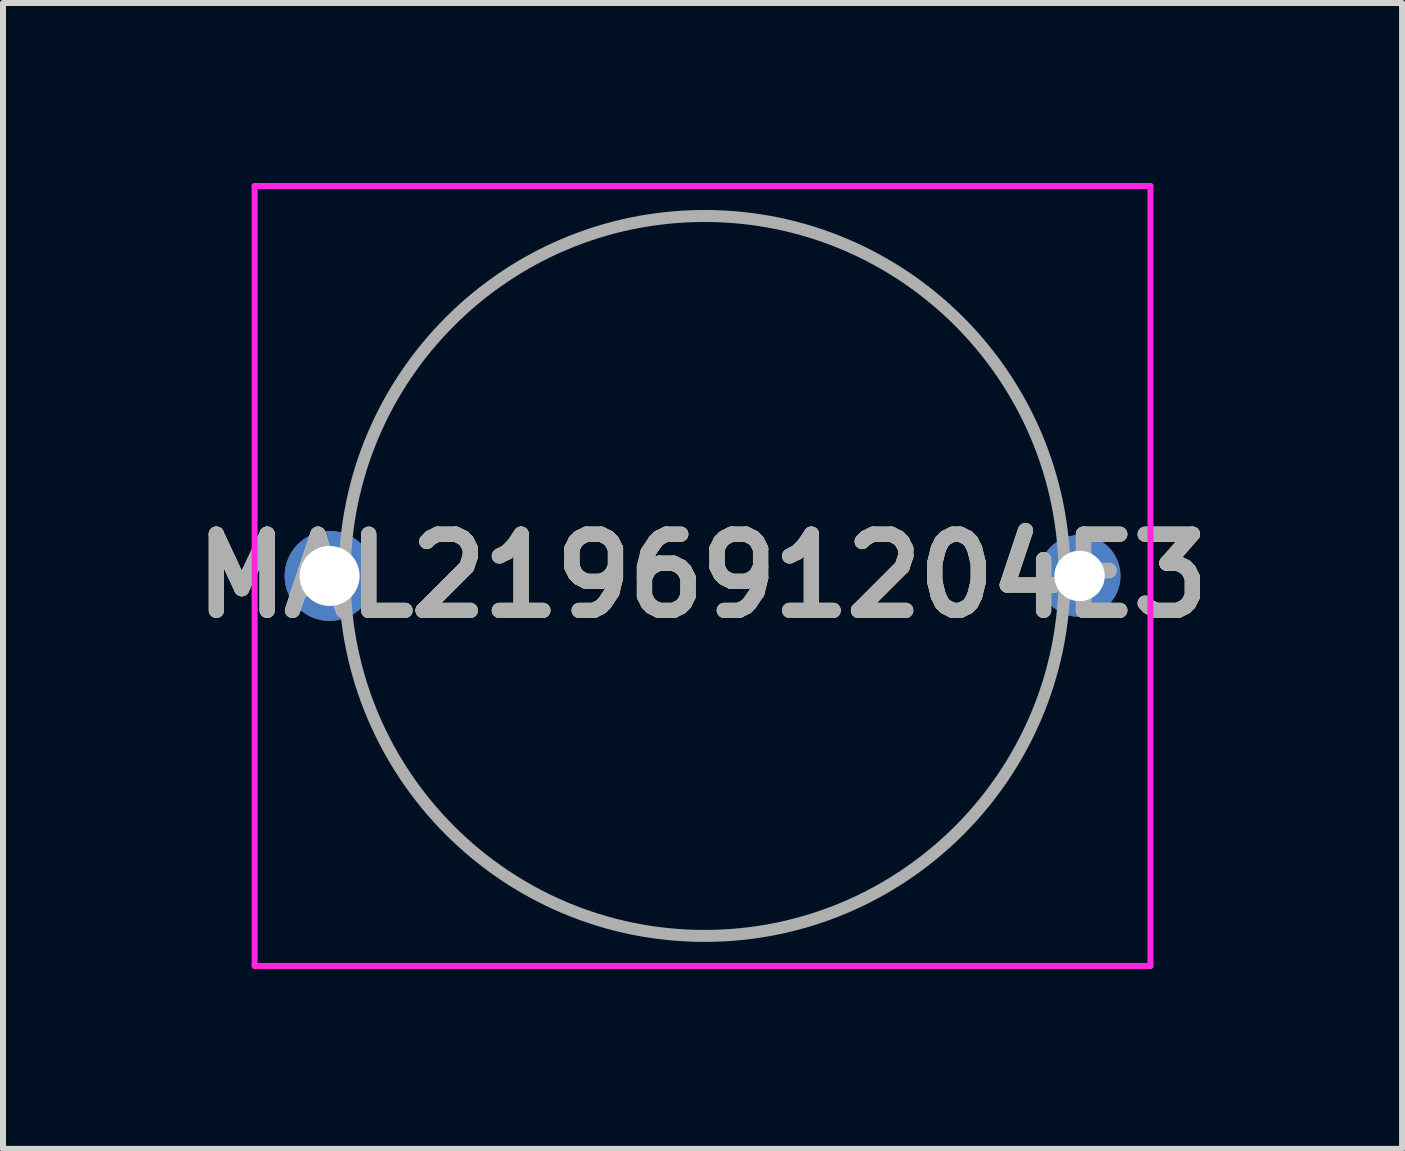
<source format=kicad_pcb>
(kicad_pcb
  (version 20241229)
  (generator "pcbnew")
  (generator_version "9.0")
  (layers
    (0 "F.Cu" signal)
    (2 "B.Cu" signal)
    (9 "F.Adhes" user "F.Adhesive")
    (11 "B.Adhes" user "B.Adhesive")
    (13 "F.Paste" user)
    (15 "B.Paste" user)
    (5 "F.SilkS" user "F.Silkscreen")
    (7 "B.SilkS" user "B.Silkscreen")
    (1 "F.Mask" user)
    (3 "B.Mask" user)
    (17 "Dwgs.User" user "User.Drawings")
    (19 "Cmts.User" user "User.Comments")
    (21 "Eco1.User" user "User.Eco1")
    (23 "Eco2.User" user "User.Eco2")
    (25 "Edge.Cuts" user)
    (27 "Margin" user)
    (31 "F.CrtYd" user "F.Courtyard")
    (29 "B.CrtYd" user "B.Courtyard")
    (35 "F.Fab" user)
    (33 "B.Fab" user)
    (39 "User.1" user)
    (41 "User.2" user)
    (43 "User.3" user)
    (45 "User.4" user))
  (footprint "MAL219691204E3"
    (layer "F.Cu")
    (at 2.444 6.55)
    (property "Reference" "MAL219691204E3" (at 6.216 0 0) (layer "F.SilkS") (effects (font (size 1.27 1.27) (thickness 0.254))))
    (attr through_hole)
    (fp_line (start 6.05 -6) (end 6.45 -6) (stroke (width 0.1) (type solid)) (layer "F.SilkS"))
    (fp_line (start 6.05 6) (end 6.45 6) (stroke (width 0.1) (type solid)) (layer "F.SilkS"))
    (fp_line (start -1.25 -6.5) (end 13.682 -6.5) (stroke (width 0.1) (type solid)) (layer "F.CrtYd"))
    (fp_line (start -1.25 6.5) (end -1.25 -6.5) (stroke (width 0.1) (type solid)) (layer "F.CrtYd"))
    (fp_line (start 13.682 -6.5) (end 13.682 6.5) (stroke (width 0.1) (type solid)) (layer "F.CrtYd"))
    (fp_line (start 13.682 6.5) (end -1.25 6.5) (stroke (width 0.1) (type solid)) (layer "F.CrtYd"))
    (fp_line (start 0.25 0) (end 0.25 0) (stroke (width 0.2) (type solid)) (layer "F.Fab"))
    (fp_line (start 12.25 0) (end 12.25 0) (stroke (width 0.2) (type solid)) (layer "F.Fab"))
    (fp_arc (start 0.25 0) (mid 6.25 -6) (end 12.25 0) (stroke (width 0.2) (type solid)) (layer "F.Fab"))
    (fp_arc (start 12.25 0) (mid 6.25 6) (end 0.25 0) (stroke (width 0.2) (type solid)) (layer "F.Fab"))
    (fp_text user "${REFERENCE}" (at 6.216 0 0) (layer "F.Fab") (effects (font (size 1.27 1.27) (thickness 0.254))))
    (pad "1" thru_hole circle (at 0 0) (size 1.5 1.5) (drill 1) (layers "*.Cu" "*.Mask"))
    (pad "2" thru_hole circle (at 12.5 0) (size 1.365 1.365) (drill 0.84) (layers "*.Cu" "*.Mask")))
  (gr_rect
    (start -3 -3)
    (end 20.32 16.1)
    (stroke (width 0.1) (type default))
    (fill no)
    (layer "Edge.Cuts")))
</source>
